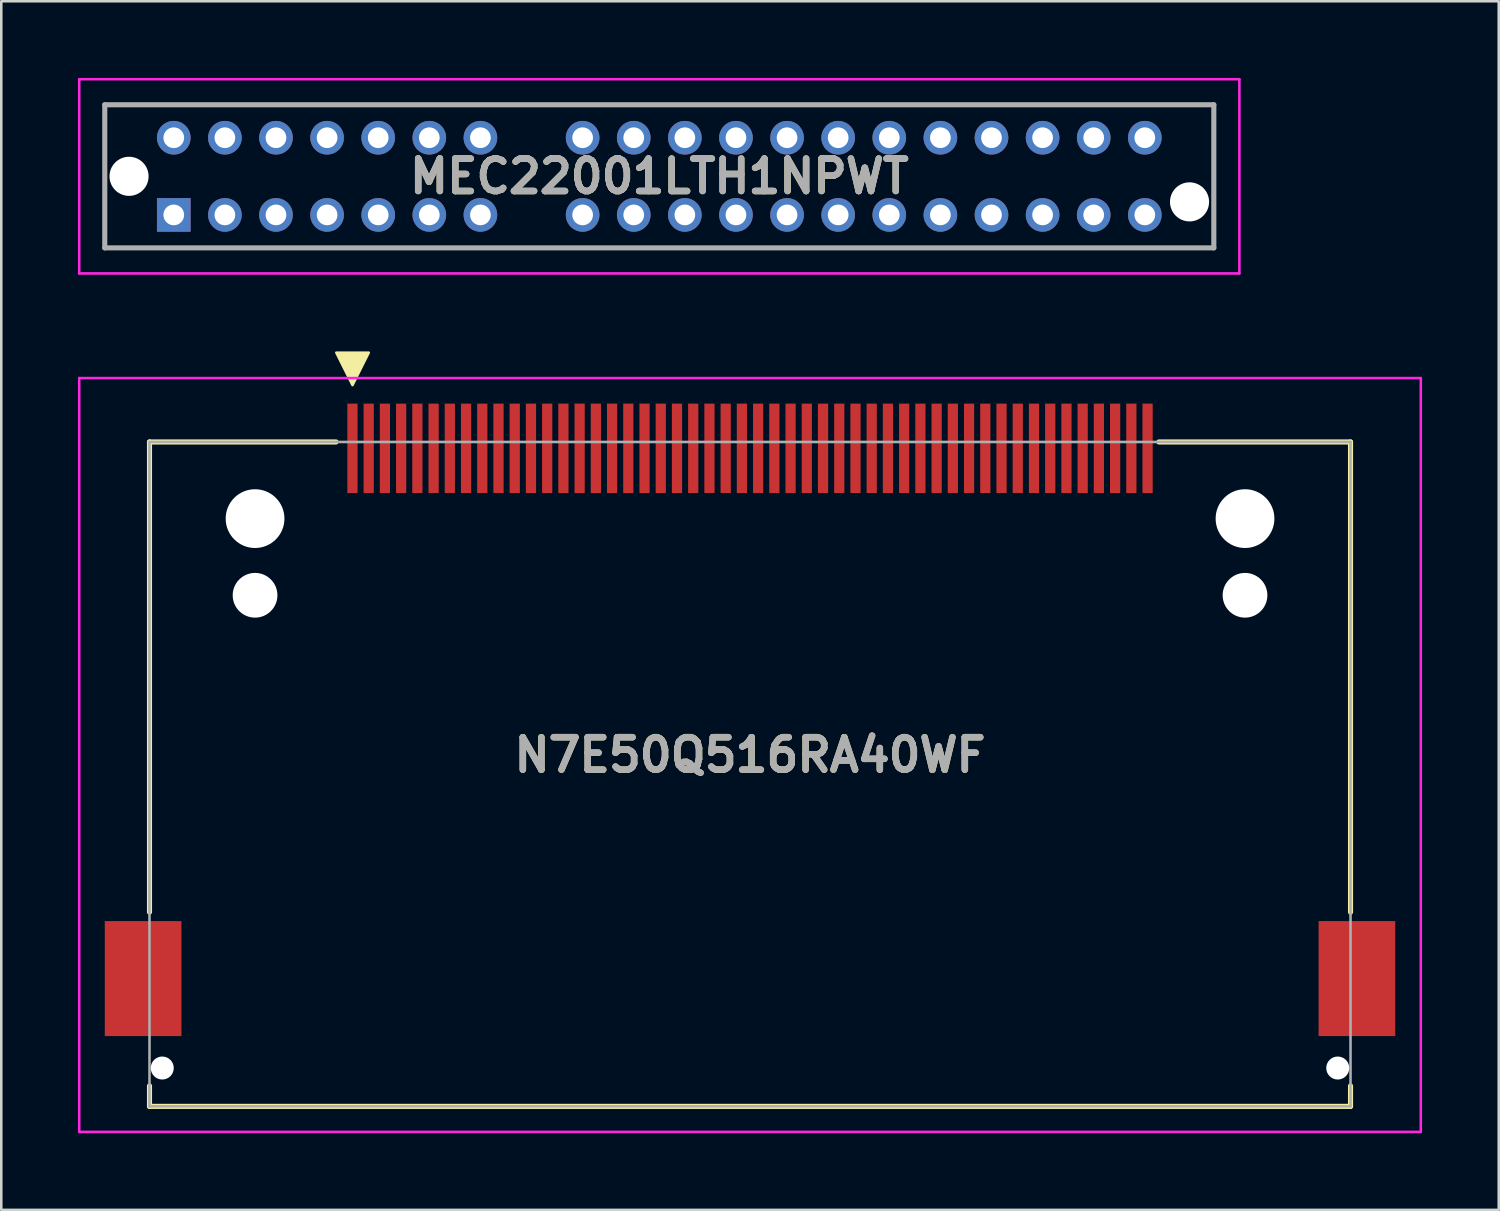
<source format=kicad_pcb>
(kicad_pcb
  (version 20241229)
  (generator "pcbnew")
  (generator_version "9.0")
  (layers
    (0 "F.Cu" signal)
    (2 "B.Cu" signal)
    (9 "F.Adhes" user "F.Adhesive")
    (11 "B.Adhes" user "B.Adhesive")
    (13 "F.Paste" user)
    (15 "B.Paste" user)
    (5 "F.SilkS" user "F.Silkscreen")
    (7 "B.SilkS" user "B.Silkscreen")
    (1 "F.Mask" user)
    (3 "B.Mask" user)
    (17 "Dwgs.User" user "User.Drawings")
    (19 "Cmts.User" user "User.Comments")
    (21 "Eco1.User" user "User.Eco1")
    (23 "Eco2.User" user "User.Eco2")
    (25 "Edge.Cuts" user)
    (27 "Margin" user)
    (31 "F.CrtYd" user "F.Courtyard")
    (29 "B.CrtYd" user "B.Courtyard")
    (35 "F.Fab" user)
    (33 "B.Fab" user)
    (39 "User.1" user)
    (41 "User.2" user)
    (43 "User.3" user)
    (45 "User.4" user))
  (footprint "N7E50Q516RA40WF"
    (layer "F.Cu")
    (at 26.3 27.245)
    (property "Reference" "N7E50Q516RA40WF" (at 0 -0.75 0) (layer "F.SilkS") (effects (font (size 1.27 1.27) (thickness 0.254))))
    (attr through_hole)
    (fp_line (start -23.5 -13) (end -23.5 5.4) (stroke (width 0.2) (type solid)) (layer "F.SilkS"))
    (fp_line (start -23.5 12.2) (end -23.5 13) (stroke (width 0.2) (type solid)) (layer "F.SilkS"))
    (fp_line (start -23.5 13) (end 23.5 13) (stroke (width 0.2) (type solid)) (layer "F.SilkS"))
    (fp_line (start -16.2 -13) (end -23.5 -13) (stroke (width 0.2) (type solid)) (layer "F.SilkS"))
    (fp_line (start 23.5 -13) (end 16 -13) (stroke (width 0.2) (type solid)) (layer "F.SilkS"))
    (fp_line (start 23.5 5.4) (end 23.5 -13) (stroke (width 0.2) (type solid)) (layer "F.SilkS"))
    (fp_line (start 23.5 13) (end 23.5 12.2) (stroke (width 0.2) (type solid)) (layer "F.SilkS"))
    (fp_poly (pts (xy -15.555 -15.225) (xy -16.19 -16.495) (xy -14.92 -16.495)) (stroke (width 0.1) (type solid)) (fill yes) (layer "F.SilkS"))
    (fp_line (start -26.25 -15.5) (end 26.25 -15.5) (stroke (width 0.1) (type solid)) (layer "F.CrtYd"))
    (fp_line (start -26.25 14) (end -26.25 -15.5) (stroke (width 0.1) (type solid)) (layer "F.CrtYd"))
    (fp_line (start 26.25 -15.5) (end 26.25 14) (stroke (width 0.1) (type solid)) (layer "F.CrtYd"))
    (fp_line (start 26.25 14) (end -26.25 14) (stroke (width 0.1) (type solid)) (layer "F.CrtYd"))
    (fp_line (start -23.5 -13) (end 23.5 -13) (stroke (width 0.1) (type solid)) (layer "F.Fab"))
    (fp_line (start -23.5 13) (end -23.5 -13) (stroke (width 0.1) (type solid)) (layer "F.Fab"))
    (fp_line (start 23.5 -13) (end 23.5 13) (stroke (width 0.1) (type solid)) (layer "F.Fab"))
    (fp_line (start 23.5 13) (end -23.5 13) (stroke (width 0.1) (type solid)) (layer "F.Fab"))
    (fp_text user "${REFERENCE}" (at 0 -0.75 0) (layer "F.Fab") (effects (font (size 1.27 1.27) (thickness 0.254))))
    (pad "" np_thru_hole circle (at -23 11.5) (size 0.9 0.9) (drill 0.9) (layers "*.Cu" "*.Mask"))
    (pad "" np_thru_hole circle (at -19.369 -10) (size 2.3 2.3) (drill 2.3) (layers "*.Cu" "*.Mask"))
    (pad "" np_thru_hole circle (at -19.369 -7) (size 1.75 1.75) (drill 1.75) (layers "*.Cu" "*.Mask"))
    (pad "" np_thru_hole circle (at 19.371 -10) (size 2.3 2.3) (drill 2.3) (layers "*.Cu" "*.Mask"))
    (pad "" np_thru_hole circle (at 19.371 -7) (size 1.75 1.75) (drill 1.75) (layers "*.Cu" "*.Mask"))
    (pad "" np_thru_hole circle (at 23 11.5) (size 0.9 0.9) (drill 0.9) (layers "*.Cu" "*.Mask"))
    (pad "1" smd rect (at -15.557 -12.75) (size 0.4 3.5) (layers "F.Cu" "F.Mask" "F.Paste"))
    (pad "2" smd rect (at -14.287 -12.75) (size 0.4 3.5) (layers "F.Cu" "F.Mask" "F.Paste"))
    (pad "3" smd rect (at -13.017 -12.75) (size 0.4 3.5) (layers "F.Cu" "F.Mask" "F.Paste"))
    (pad "4" smd rect (at -11.747 -12.75) (size 0.4 3.5) (layers "F.Cu" "F.Mask" "F.Paste"))
    (pad "5" smd rect (at -10.477 -12.75) (size 0.4 3.5) (layers "F.Cu" "F.Mask" "F.Paste"))
    (pad "6" smd rect (at -9.207 -12.75) (size 0.4 3.5) (layers "F.Cu" "F.Mask" "F.Paste"))
    (pad "7" smd rect (at -7.937 -12.75) (size 0.4 3.5) (layers "F.Cu" "F.Mask" "F.Paste"))
    (pad "8" smd rect (at -6.667 -12.75) (size 0.4 3.5) (layers "F.Cu" "F.Mask" "F.Paste"))
    (pad "9" smd rect (at -5.397 -12.75) (size 0.4 3.5) (layers "F.Cu" "F.Mask" "F.Paste"))
    (pad "10" smd rect (at -4.127 -12.75) (size 0.4 3.5) (layers "F.Cu" "F.Mask" "F.Paste"))
    (pad "11" smd rect (at -2.857 -12.75) (size 0.4 3.5) (layers "F.Cu" "F.Mask" "F.Paste"))
    (pad "12" smd rect (at -1.587 -12.75) (size 0.4 3.5) (layers "F.Cu" "F.Mask" "F.Paste"))
    (pad "13" smd rect (at -0.317 -12.75) (size 0.4 3.5) (layers "F.Cu" "F.Mask" "F.Paste"))
    (pad "14" smd rect (at 0.953 -12.75) (size 0.4 3.5) (layers "F.Cu" "F.Mask" "F.Paste"))
    (pad "15" smd rect (at 2.223 -12.75) (size 0.4 3.5) (layers "F.Cu" "F.Mask" "F.Paste"))
    (pad "16" smd rect (at 3.493 -12.75) (size 0.4 3.5) (layers "F.Cu" "F.Mask" "F.Paste"))
    (pad "17" smd rect (at 4.763 -12.75) (size 0.4 3.5) (layers "F.Cu" "F.Mask" "F.Paste"))
    (pad "18" smd rect (at 6.033 -12.75) (size 0.4 3.5) (layers "F.Cu" "F.Mask" "F.Paste"))
    (pad "19" smd rect (at 7.303 -12.75) (size 0.4 3.5) (layers "F.Cu" "F.Mask" "F.Paste"))
    (pad "20" smd rect (at 8.573 -12.75) (size 0.4 3.5) (layers "F.Cu" "F.Mask" "F.Paste"))
    (pad "21" smd rect (at 9.843 -12.75) (size 0.4 3.5) (layers "F.Cu" "F.Mask" "F.Paste"))
    (pad "22" smd rect (at 11.113 -12.75) (size 0.4 3.5) (layers "F.Cu" "F.Mask" "F.Paste"))
    (pad "23" smd rect (at 12.383 -12.75) (size 0.4 3.5) (layers "F.Cu" "F.Mask" "F.Paste"))
    (pad "24" smd rect (at 13.653 -12.75) (size 0.4 3.5) (layers "F.Cu" "F.Mask" "F.Paste"))
    (pad "25" smd rect (at 14.923 -12.75) (size 0.4 3.5) (layers "F.Cu" "F.Mask" "F.Paste"))
    (pad "26" smd rect (at -14.922 -12.75) (size 0.4 3.5) (layers "F.Cu" "F.Mask" "F.Paste"))
    (pad "27" smd rect (at -13.652 -12.75) (size 0.4 3.5) (layers "F.Cu" "F.Mask" "F.Paste"))
    (pad "28" smd rect (at -12.382 -12.75) (size 0.4 3.5) (layers "F.Cu" "F.Mask" "F.Paste"))
    (pad "29" smd rect (at -11.112 -12.75) (size 0.4 3.5) (layers "F.Cu" "F.Mask" "F.Paste"))
    (pad "30" smd rect (at -9.842 -12.75) (size 0.4 3.5) (layers "F.Cu" "F.Mask" "F.Paste"))
    (pad "31" smd rect (at -8.572 -12.75) (size 0.4 3.5) (layers "F.Cu" "F.Mask" "F.Paste"))
    (pad "32" smd rect (at -7.302 -12.75) (size 0.4 3.5) (layers "F.Cu" "F.Mask" "F.Paste"))
    (pad "33" smd rect (at -6.032 -12.75) (size 0.4 3.5) (layers "F.Cu" "F.Mask" "F.Paste"))
    (pad "34" smd rect (at -4.762 -12.75) (size 0.4 3.5) (layers "F.Cu" "F.Mask" "F.Paste"))
    (pad "35" smd rect (at -3.492 -12.75) (size 0.4 3.5) (layers "F.Cu" "F.Mask" "F.Paste"))
    (pad "36" smd rect (at -2.222 -12.75) (size 0.4 3.5) (layers "F.Cu" "F.Mask" "F.Paste"))
    (pad "37" smd rect (at -0.952 -12.75) (size 0.4 3.5) (layers "F.Cu" "F.Mask" "F.Paste"))
    (pad "38" smd rect (at 0.318 -12.75) (size 0.4 3.5) (layers "F.Cu" "F.Mask" "F.Paste"))
    (pad "39" smd rect (at 1.588 -12.75) (size 0.4 3.5) (layers "F.Cu" "F.Mask" "F.Paste"))
    (pad "40" smd rect (at 2.858 -12.75) (size 0.4 3.5) (layers "F.Cu" "F.Mask" "F.Paste"))
    (pad "41" smd rect (at 4.128 -12.75) (size 0.4 3.5) (layers "F.Cu" "F.Mask" "F.Paste"))
    (pad "42" smd rect (at 5.398 -12.75) (size 0.4 3.5) (layers "F.Cu" "F.Mask" "F.Paste"))
    (pad "43" smd rect (at 6.668 -12.75) (size 0.4 3.5) (layers "F.Cu" "F.Mask" "F.Paste"))
    (pad "44" smd rect (at 7.938 -12.75) (size 0.4 3.5) (layers "F.Cu" "F.Mask" "F.Paste"))
    (pad "45" smd rect (at 9.208 -12.75) (size 0.4 3.5) (layers "F.Cu" "F.Mask" "F.Paste"))
    (pad "46" smd rect (at 10.478 -12.75) (size 0.4 3.5) (layers "F.Cu" "F.Mask" "F.Paste"))
    (pad "47" smd rect (at 11.748 -12.75) (size 0.4 3.5) (layers "F.Cu" "F.Mask" "F.Paste"))
    (pad "48" smd rect (at 13.018 -12.75) (size 0.4 3.5) (layers "F.Cu" "F.Mask" "F.Paste"))
    (pad "49" smd rect (at 14.288 -12.75) (size 0.4 3.5) (layers "F.Cu" "F.Mask" "F.Paste"))
    (pad "50" smd rect (at 15.558 -12.75) (size 0.4 3.5) (layers "F.Cu" "F.Mask" "F.Paste"))
    (pad "57" smd rect (at -23.75 8) (size 3 4.5) (layers "F.Cu" "F.Mask" "F.Paste"))
    (pad "58" smd rect (at 23.75 8) (size 3 4.5) (layers "F.Cu" "F.Mask" "F.Paste")))
  (footprint "MEC22001LTH1NPWT"
    (layer "F.Cu")
    (at 3.75 5.36)
    (property "Reference" "MEC22001LTH1NPWT" (at 19 -1.51 0) (layer "F.SilkS") (effects (font (size 1.27 1.27) (thickness 0.254))))
    (attr through_hole)
    (fp_line (start -2.7 -4.31) (end 40.7 -4.31) (stroke (width 0.1) (type solid)) (layer "F.SilkS"))
    (fp_line (start -2.7 1.29) (end -2.7 -4.31) (stroke (width 0.1) (type solid)) (layer "F.SilkS"))
    (fp_line (start 40.7 -4.31) (end 40.7 1.29) (stroke (width 0.1) (type solid)) (layer "F.SilkS"))
    (fp_line (start 40.7 1.29) (end -2.7 1.29) (stroke (width 0.1) (type solid)) (layer "F.SilkS"))
    (fp_line (start -3.7 -5.31) (end 41.7 -5.31) (stroke (width 0.1) (type solid)) (layer "F.CrtYd"))
    (fp_line (start -3.7 2.29) (end -3.7 -5.31) (stroke (width 0.1) (type solid)) (layer "F.CrtYd"))
    (fp_line (start 41.7 -5.31) (end 41.7 2.29) (stroke (width 0.1) (type solid)) (layer "F.CrtYd"))
    (fp_line (start 41.7 2.29) (end -3.7 2.29) (stroke (width 0.1) (type solid)) (layer "F.CrtYd"))
    (fp_line (start -2.7 -4.31) (end 40.7 -4.31) (stroke (width 0.2) (type solid)) (layer "F.Fab"))
    (fp_line (start -2.7 1.29) (end -2.7 -4.31) (stroke (width 0.2) (type solid)) (layer "F.Fab"))
    (fp_line (start 40.7 -4.31) (end 40.7 1.29) (stroke (width 0.2) (type solid)) (layer "F.Fab"))
    (fp_line (start 40.7 1.29) (end -2.7 1.29) (stroke (width 0.2) (type solid)) (layer "F.Fab"))
    (fp_text user "${REFERENCE}" (at 19 -1.51 0) (layer "F.Fab") (effects (font (size 1.27 1.27) (thickness 0.254))))
    (pad "" np_thru_hole circle (at -1.75 -1.51) (size 1.53 1.53) (drill 1.53) (layers "*.Cu" "*.Mask"))
    (pad "" np_thru_hole circle (at 39.75 -0.51) (size 1.53 1.53) (drill 1.53) (layers "*.Cu" "*.Mask"))
    (pad "1" thru_hole rect (at 0 0) (size 1.316 1.316) (drill 0.81) (layers "*.Cu" "*.Mask"))
    (pad "2" thru_hole circle (at 0 -3.02) (size 1.316 1.316) (drill 0.81) (layers "*.Cu" "*.Mask"))
    (pad "3" thru_hole circle (at 2 0) (size 1.316 1.316) (drill 0.81) (layers "*.Cu" "*.Mask"))
    (pad "4" thru_hole circle (at 2 -3.02) (size 1.316 1.316) (drill 0.81) (layers "*.Cu" "*.Mask"))
    (pad "5" thru_hole circle (at 4 0) (size 1.316 1.316) (drill 0.81) (layers "*.Cu" "*.Mask"))
    (pad "6" thru_hole circle (at 4 -3.02) (size 1.316 1.316) (drill 0.81) (layers "*.Cu" "*.Mask"))
    (pad "7" thru_hole circle (at 6 0) (size 1.316 1.316) (drill 0.81) (layers "*.Cu" "*.Mask"))
    (pad "8" thru_hole circle (at 6 -3.02) (size 1.316 1.316) (drill 0.81) (layers "*.Cu" "*.Mask"))
    (pad "9" thru_hole circle (at 8 0) (size 1.316 1.316) (drill 0.81) (layers "*.Cu" "*.Mask"))
    (pad "10" thru_hole circle (at 8 -3.02) (size 1.316 1.316) (drill 0.81) (layers "*.Cu" "*.Mask"))
    (pad "11" thru_hole circle (at 10 0) (size 1.316 1.316) (drill 0.81) (layers "*.Cu" "*.Mask"))
    (pad "12" thru_hole circle (at 10 -3.02) (size 1.316 1.316) (drill 0.81) (layers "*.Cu" "*.Mask"))
    (pad "13" thru_hole circle (at 12 0) (size 1.316 1.316) (drill 0.81) (layers "*.Cu" "*.Mask"))
    (pad "14" thru_hole circle (at 12 -3.02) (size 1.316 1.316) (drill 0.81) (layers "*.Cu" "*.Mask"))
    (pad "17" thru_hole circle (at 16 0) (size 1.316 1.316) (drill 0.81) (layers "*.Cu" "*.Mask"))
    (pad "18" thru_hole circle (at 16 -3.02) (size 1.316 1.316) (drill 0.81) (layers "*.Cu" "*.Mask"))
    (pad "19" thru_hole circle (at 18 0) (size 1.316 1.316) (drill 0.81) (layers "*.Cu" "*.Mask"))
    (pad "22" thru_hole circle (at 20 -3.02) (size 1.316 1.316) (drill 0.81) (layers "*.Cu" "*.Mask"))
    (pad "23" thru_hole circle (at 22 0) (size 1.316 1.316) (drill 0.81) (layers "*.Cu" "*.Mask"))
    (pad "24" thru_hole circle (at 22 -3.02) (size 1.316 1.316) (drill 0.81) (layers "*.Cu" "*.Mask"))
    (pad "25" thru_hole circle (at 24 0) (size 1.316 1.316) (drill 0.81) (layers "*.Cu" "*.Mask"))
    (pad "26" thru_hole circle (at 24 -3.02) (size 1.316 1.316) (drill 0.81) (layers "*.Cu" "*.Mask"))
    (pad "27" thru_hole circle (at 26 0) (size 1.316 1.316) (drill 0.81) (layers "*.Cu" "*.Mask"))
    (pad "28" thru_hole circle (at 26 -3.02) (size 1.316 1.316) (drill 0.81) (layers "*.Cu" "*.Mask"))
    (pad "29" thru_hole circle (at 28 0) (size 1.316 1.316) (drill 0.81) (layers "*.Cu" "*.Mask"))
    (pad "30" thru_hole circle (at 28 -3.02) (size 1.316 1.316) (drill 0.81) (layers "*.Cu" "*.Mask"))
    (pad "31" thru_hole circle (at 30 0) (size 1.316 1.316) (drill 0.81) (layers "*.Cu" "*.Mask"))
    (pad "32" thru_hole circle (at 30 -3.02) (size 1.316 1.316) (drill 0.81) (layers "*.Cu" "*.Mask"))
    (pad "33" thru_hole circle (at 32 0) (size 1.316 1.316) (drill 0.81) (layers "*.Cu" "*.Mask"))
    (pad "34" thru_hole circle (at 32 -3.02) (size 1.316 1.316) (drill 0.81) (layers "*.Cu" "*.Mask"))
    (pad "35" thru_hole circle (at 34 0) (size 1.316 1.316) (drill 0.81) (layers "*.Cu" "*.Mask"))
    (pad "36" thru_hole circle (at 34 -3.02) (size 1.316 1.316) (drill 0.81) (layers "*.Cu" "*.Mask"))
    (pad "37" thru_hole circle (at 36 0) (size 1.316 1.316) (drill 0.81) (layers "*.Cu" "*.Mask"))
    (pad "38" thru_hole circle (at 36 -3.02) (size 1.316 1.316) (drill 0.81) (layers "*.Cu" "*.Mask"))
    (pad "39" thru_hole circle (at 38 0) (size 1.316 1.316) (drill 0.81) (layers "*.Cu" "*.Mask"))
    (pad "40" thru_hole circle (at 38 -3.02) (size 1.316 1.316) (drill 0.81) (layers "*.Cu" "*.Mask"))
    (pad "MH1" thru_hole circle (at 18 -3.02) (size 1.316 1.316) (drill 0.81) (layers "*.Cu" "*.Mask"))
    (pad "MH2" thru_hole circle (at 20 0) (size 1.316 1.316) (drill 0.81) (layers "*.Cu" "*.Mask")))
  (gr_rect
    (start -3 -3)
    (end 55.6 44.295)
    (stroke (width 0.1) (type default))
    (fill no)
    (layer "Edge.Cuts")))
</source>
